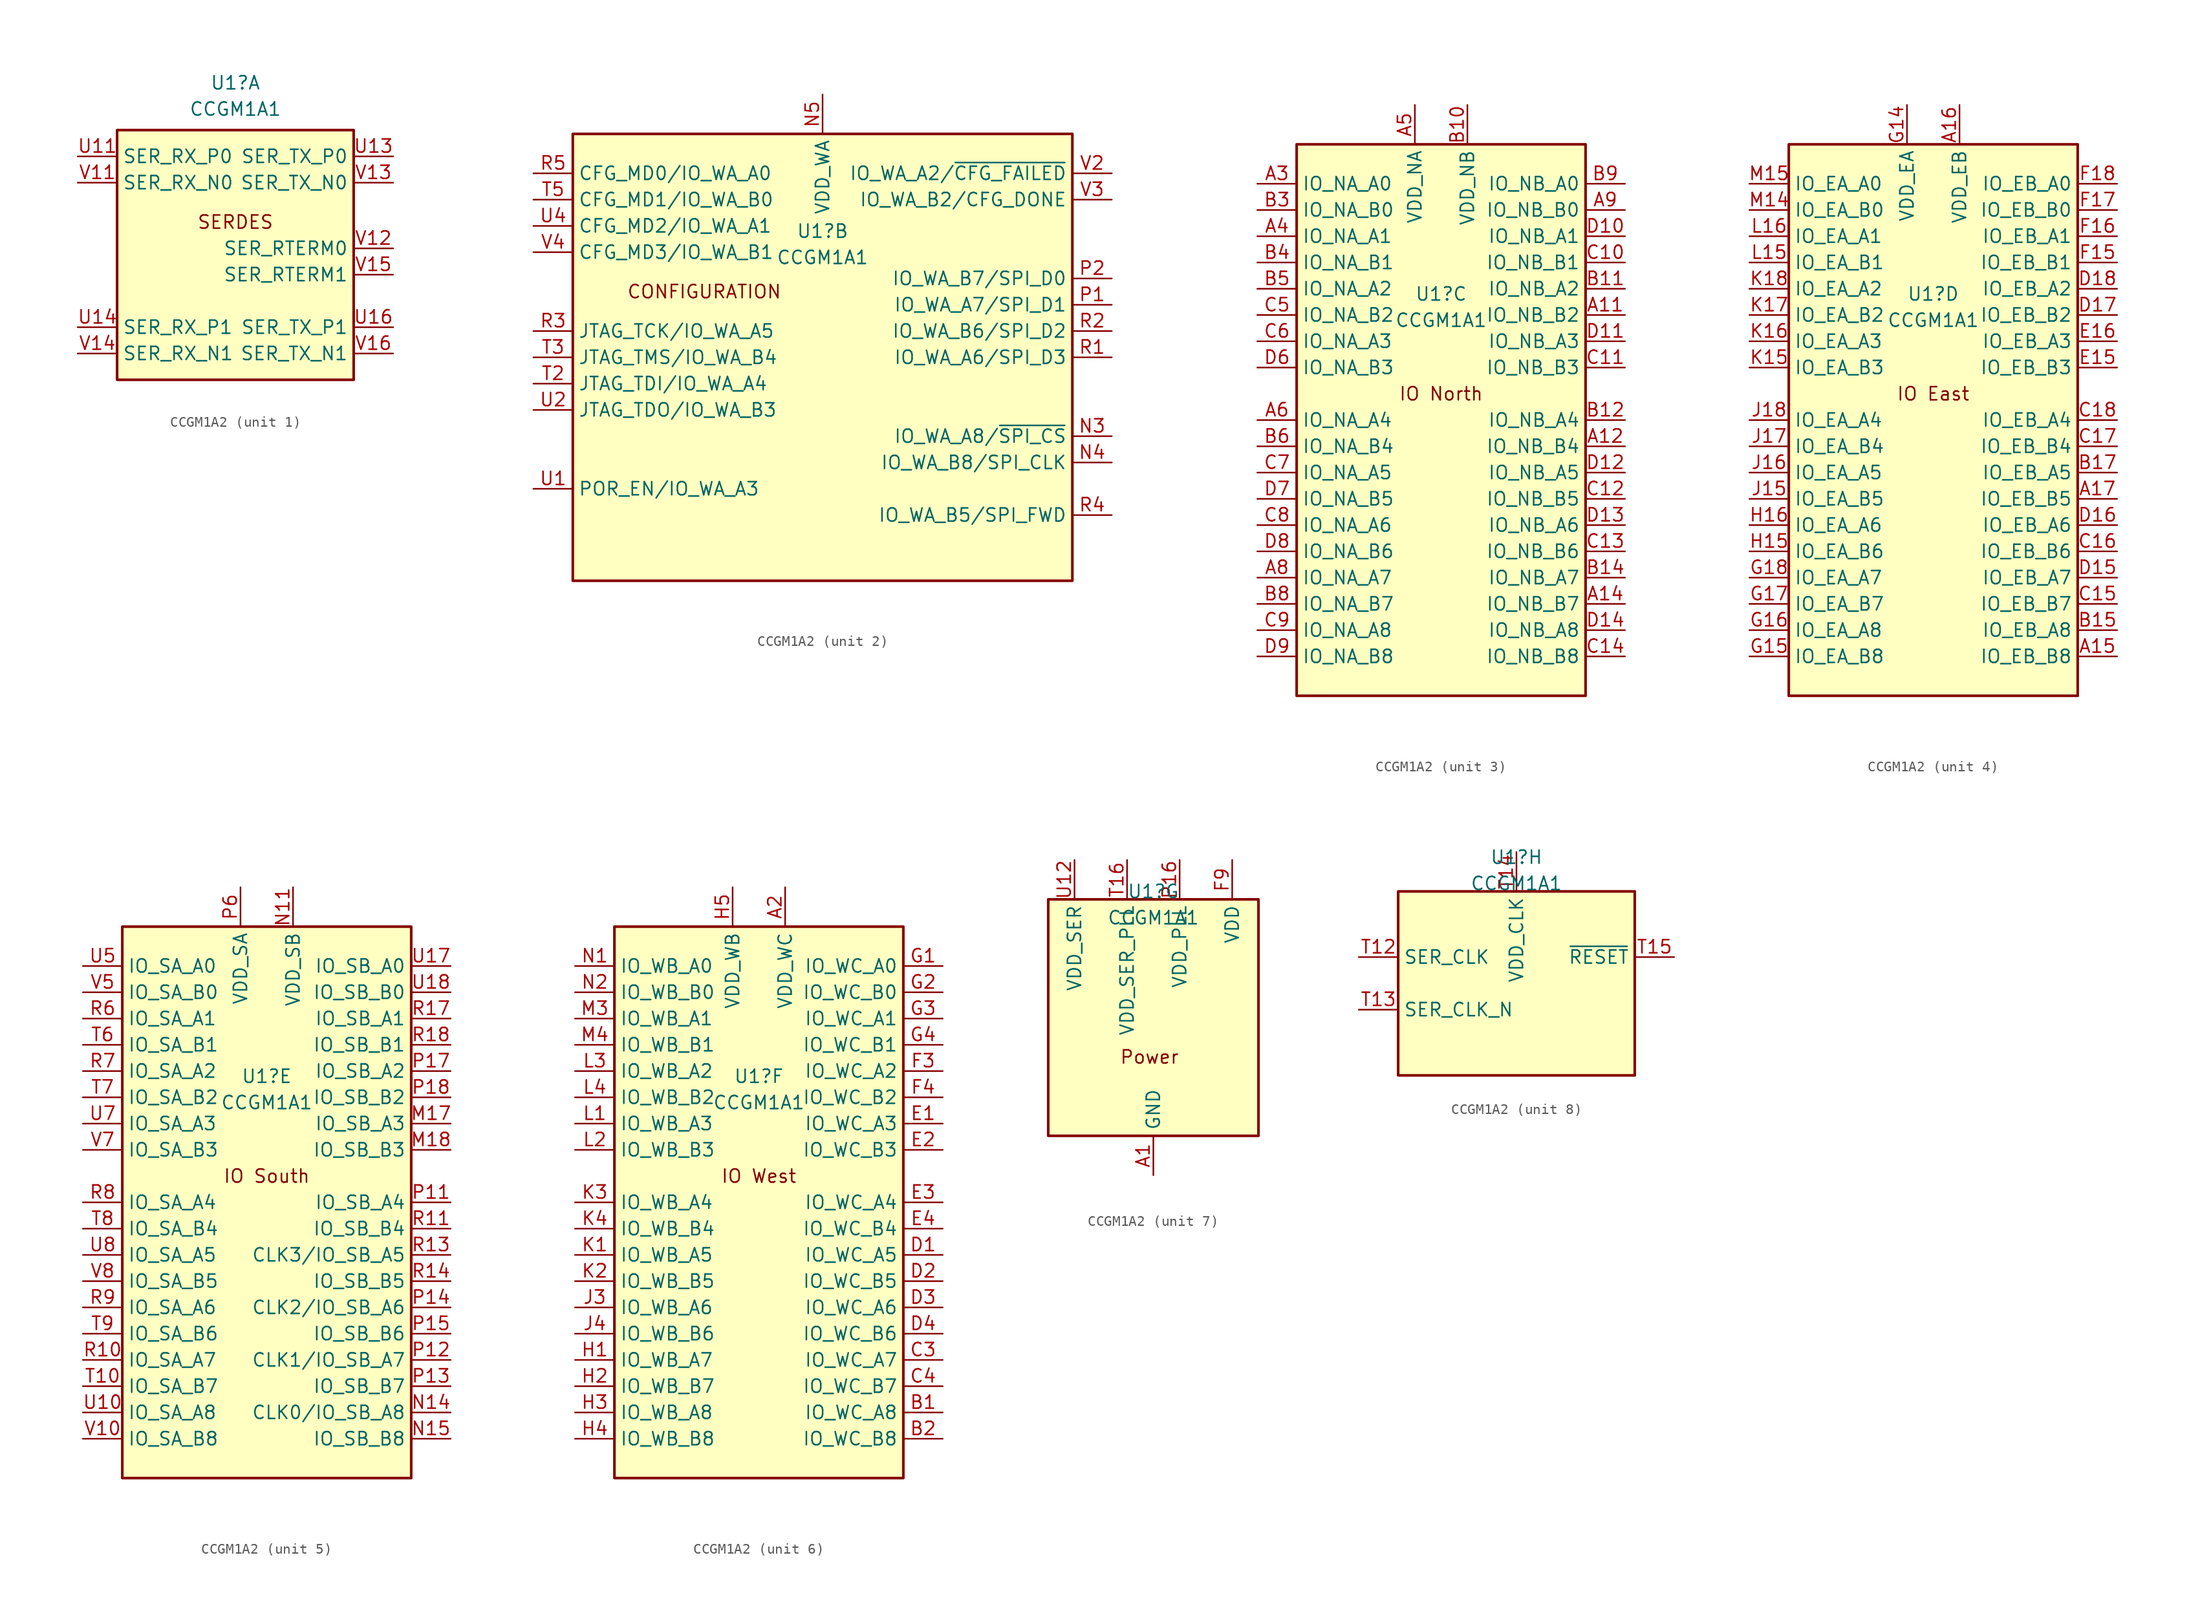
<source format=kicad_sym>
(kicad_symbol_lib
  (version 20241209)
  (generator "kicad_symbol_editor")
  (generator_version "9.0")
  (symbol "CCGM1A2"
    (property "Reference" "U1"
      (at 0 12.192 0)
      (effects (font (size 1.27 1.27))))
    (property "Value" "CCGM1A1"
      (at 0 9.652 0)
      (effects (font (size 1.27 1.27))))
    (property "ki_locked" ""
      (at 0 0 0)
      (effects (font (size 1.27 1.27))))
    (symbol "CCGM1A2_1_1"
      (rectangle (start -11.43 7.62) (end 11.43 -16.51) (stroke (width 0.254) (type default)) (fill (type background)))
      (text "SERDES" (at 0 -1.27 0) (effects (font (size 1.27 1.27))))
      (pin input line (at -15.24 5.08 0) (length 3.81) (name "SER_RX_P0" (effects (font (size 1.27 1.27)))) (number "U11" (effects (font (size 1.27 1.27)))))
      (pin input line (at -15.24 2.54 0) (length 3.81) (name "SER_RX_N0" (effects (font (size 1.27 1.27)))) (number "V11" (effects (font (size 1.27 1.27)))))
      (pin input line (at -15.24 -11.43 0) (length 3.81) (name "SER_RX_P1" (effects (font (size 1.27 1.27)))) (number "U14" (effects (font (size 1.27 1.27)))))
      (pin input line (at -15.24 -13.97 0) (length 3.81) (name "SER_RX_N1" (effects (font (size 1.27 1.27)))) (number "V14" (effects (font (size 1.27 1.27)))))
      (pin output line (at 15.24 5.08 180) (length 3.81) (name "SER_TX_P0" (effects (font (size 1.27 1.27)))) (number "U13" (effects (font (size 1.27 1.27)))))
      (pin output line (at 15.24 2.54 180) (length 3.81) (name "SER_TX_N0" (effects (font (size 1.27 1.27)))) (number "V13" (effects (font (size 1.27 1.27)))))
      (pin passive line (at 15.24 -3.81 180) (length 3.81) (name "SER_RTERM0" (effects (font (size 1.27 1.27)))) (number "V12" (effects (font (size 1.27 1.27)))))
      (pin passive line (at 15.24 -6.35 180) (length 3.81) (name "SER_RTERM1" (effects (font (size 1.27 1.27)))) (number "V15" (effects (font (size 1.27 1.27)))))
      (pin output line (at 15.24 -11.43 180) (length 3.81) (name "SER_TX_P1" (effects (font (size 1.27 1.27)))) (number "U16" (effects (font (size 1.27 1.27)))))
      (pin output line (at 15.24 -13.97 180) (length 3.81) (name "SER_TX_N1" (effects (font (size 1.27 1.27)))) (number "V16" (effects (font (size 1.27 1.27))))))
    (symbol "CCGM1A2_2_1"
      (rectangle (start 24.13 21.59) (end -24.13 -21.59) (stroke (width 0.254) (type default)) (fill (type background)))
      (text "CONFIGURATION" (at -11.43 6.35 0) (effects (font (size 1.27 1.27))))
      (pin bidirectional line (at -27.94 17.78 0) (length 3.81) (name "CFG_MD0/IO_WA_A0" (effects (font (size 1.27 1.27)))) (number "R5" (effects (font (size 1.27 1.27)))))
      (pin bidirectional line (at -27.94 15.24 0) (length 3.81) (name "CFG_MD1/IO_WA_B0" (effects (font (size 1.27 1.27)))) (number "T5" (effects (font (size 1.27 1.27)))))
      (pin bidirectional line (at -27.94 12.7 0) (length 3.81) (name "CFG_MD2/IO_WA_A1" (effects (font (size 1.27 1.27)))) (number "U4" (effects (font (size 1.27 1.27)))))
      (pin bidirectional line (at -27.94 10.16 0) (length 3.81) (name "CFG_MD3/IO_WA_B1" (effects (font (size 1.27 1.27)))) (number "V4" (effects (font (size 1.27 1.27)))))
      (pin bidirectional line (at -27.94 2.54 0) (length 3.81) (name "JTAG_TCK/IO_WA_A5" (effects (font (size 1.27 1.27)))) (number "R3" (effects (font (size 1.27 1.27)))))
      (pin bidirectional line (at -27.94 0 0) (length 3.81) (name "JTAG_TMS/IO_WA_B4" (effects (font (size 1.27 1.27)))) (number "T3" (effects (font (size 1.27 1.27)))))
      (pin bidirectional line (at -27.94 -2.54 0) (length 3.81) (name "JTAG_TDI/IO_WA_A4" (effects (font (size 1.27 1.27)))) (number "T2" (effects (font (size 1.27 1.27)))))
      (pin bidirectional line (at -27.94 -5.08 0) (length 3.81) (name "JTAG_TDO/IO_WA_B3" (effects (font (size 1.27 1.27)))) (number "U2" (effects (font (size 1.27 1.27)))))
      (pin bidirectional line (at -27.94 -12.7 0) (length 3.81) (name "POR_EN/IO_WA_A3" (effects (font (size 1.27 1.27)))) (number "U1" (effects (font (size 1.27 1.27)))))
      (pin power_in line (at 0 25.4 270) (length 3.81) (name "VDD_WA" (effects (font (size 1.27 1.27)))) (number "N5" (effects (font (size 1.27 1.27)))))
      (pin passive line (at 0 25.4 270) (length 3.81) (hide yes) (name "VDD_WA" (effects (font (size 1.27 1.27)))) (number "P3" (effects (font (size 1.27 1.27)))))
      (pin passive line (at 0 25.4 270) (length 3.81) (hide yes) (name "VDD_WA" (effects (font (size 1.27 1.27)))) (number "P5" (effects (font (size 1.27 1.27)))))
      (pin passive line (at 0 25.4 270) (length 3.81) (hide yes) (name "VDD_WA" (effects (font (size 1.27 1.27)))) (number "T1" (effects (font (size 1.27 1.27)))))
      (pin passive line (at 0 25.4 270) (length 3.81) (hide yes) (name "VDD_WA" (effects (font (size 1.27 1.27)))) (number "U3" (effects (font (size 1.27 1.27)))))
      (pin bidirectional line (at 27.94 17.78 180) (length 3.81) (name "IO_WA_A2/~{CFG_FAILED}" (effects (font (size 1.27 1.27)))) (number "V2" (effects (font (size 1.27 1.27)))))
      (pin bidirectional line (at 27.94 15.24 180) (length 3.81) (name "IO_WA_B2/CFG_DONE" (effects (font (size 1.27 1.27)))) (number "V3" (effects (font (size 1.27 1.27)))))
      (pin bidirectional line (at 27.94 7.62 180) (length 3.81) (name "IO_WA_B7/SPI_D0" (effects (font (size 1.27 1.27)))) (number "P2" (effects (font (size 1.27 1.27)))))
      (pin bidirectional line (at 27.94 5.08 180) (length 3.81) (name "IO_WA_A7/SPI_D1" (effects (font (size 1.27 1.27)))) (number "P1" (effects (font (size 1.27 1.27)))))
      (pin bidirectional line (at 27.94 2.54 180) (length 3.81) (name "IO_WA_B6/SPI_D2" (effects (font (size 1.27 1.27)))) (number "R2" (effects (font (size 1.27 1.27)))))
      (pin bidirectional line (at 27.94 0 180) (length 3.81) (name "IO_WA_A6/SPI_D3" (effects (font (size 1.27 1.27)))) (number "R1" (effects (font (size 1.27 1.27)))))
      (pin bidirectional line (at 27.94 -7.62 180) (length 3.81) (name "IO_WA_A8/~{SPI_CS}" (effects (font (size 1.27 1.27)))) (number "N3" (effects (font (size 1.27 1.27)))))
      (pin bidirectional line (at 27.94 -10.16 180) (length 3.81) (name "IO_WA_B8/SPI_CLK" (effects (font (size 1.27 1.27)))) (number "N4" (effects (font (size 1.27 1.27)))))
      (pin bidirectional line (at 27.94 -15.24 180) (length 3.81) (name "IO_WA_B5/SPI_FWD" (effects (font (size 1.27 1.27)))) (number "R4" (effects (font (size 1.27 1.27))))))
    (symbol "CCGM1A2_3_1"
      (rectangle (start -13.97 -26.67) (end 13.97 26.67) (stroke (width 0.254) (type default)) (fill (type background)))
      (text "IO North" (at 0 2.54 0) (effects (font (size 1.27 1.27))))
      (pin bidirectional line (at -17.78 22.86 0) (length 3.81) (name "IO_NA_A0" (effects (font (size 1.27 1.27)))) (number "A3" (effects (font (size 1.27 1.27)))))
      (pin bidirectional line (at -17.78 20.32 0) (length 3.81) (name "IO_NA_B0" (effects (font (size 1.27 1.27)))) (number "B3" (effects (font (size 1.27 1.27)))))
      (pin bidirectional line (at -17.78 17.78 0) (length 3.81) (name "IO_NA_A1" (effects (font (size 1.27 1.27)))) (number "A4" (effects (font (size 1.27 1.27)))))
      (pin bidirectional line (at -17.78 15.24 0) (length 3.81) (name "IO_NA_B1" (effects (font (size 1.27 1.27)))) (number "B4" (effects (font (size 1.27 1.27)))))
      (pin bidirectional line (at -17.78 12.7 0) (length 3.81) (name "IO_NA_A2" (effects (font (size 1.27 1.27)))) (number "B5" (effects (font (size 1.27 1.27)))))
      (pin bidirectional line (at -17.78 10.16 0) (length 3.81) (name "IO_NA_B2" (effects (font (size 1.27 1.27)))) (number "C5" (effects (font (size 1.27 1.27)))))
      (pin bidirectional line (at -17.78 7.62 0) (length 3.81) (name "IO_NA_A3" (effects (font (size 1.27 1.27)))) (number "C6" (effects (font (size 1.27 1.27)))))
      (pin bidirectional line (at -17.78 5.08 0) (length 3.81) (name "IO_NA_B3" (effects (font (size 1.27 1.27)))) (number "D6" (effects (font (size 1.27 1.27)))))
      (pin bidirectional line (at -17.78 0 0) (length 3.81) (name "IO_NA_A4" (effects (font (size 1.27 1.27)))) (number "A6" (effects (font (size 1.27 1.27)))))
      (pin bidirectional line (at -17.78 -2.54 0) (length 3.81) (name "IO_NA_B4" (effects (font (size 1.27 1.27)))) (number "B6" (effects (font (size 1.27 1.27)))))
      (pin bidirectional line (at -17.78 -5.08 0) (length 3.81) (name "IO_NA_A5" (effects (font (size 1.27 1.27)))) (number "C7" (effects (font (size 1.27 1.27)))))
      (pin bidirectional line (at -17.78 -7.62 0) (length 3.81) (name "IO_NA_B5" (effects (font (size 1.27 1.27)))) (number "D7" (effects (font (size 1.27 1.27)))))
      (pin bidirectional line (at -17.78 -10.16 0) (length 3.81) (name "IO_NA_A6" (effects (font (size 1.27 1.27)))) (number "C8" (effects (font (size 1.27 1.27)))))
      (pin bidirectional line (at -17.78 -12.7 0) (length 3.81) (name "IO_NA_B6" (effects (font (size 1.27 1.27)))) (number "D8" (effects (font (size 1.27 1.27)))))
      (pin bidirectional line (at -17.78 -15.24 0) (length 3.81) (name "IO_NA_A7" (effects (font (size 1.27 1.27)))) (number "A8" (effects (font (size 1.27 1.27)))))
      (pin bidirectional line (at -17.78 -17.78 0) (length 3.81) (name "IO_NA_B7" (effects (font (size 1.27 1.27)))) (number "B8" (effects (font (size 1.27 1.27)))))
      (pin bidirectional line (at -17.78 -20.32 0) (length 3.81) (name "IO_NA_A8" (effects (font (size 1.27 1.27)))) (number "C9" (effects (font (size 1.27 1.27)))))
      (pin bidirectional line (at -17.78 -22.86 0) (length 3.81) (name "IO_NA_B8" (effects (font (size 1.27 1.27)))) (number "D9" (effects (font (size 1.27 1.27)))))
      (pin power_in line (at -2.54 30.48 270) (length 3.81) (name "VDD_NA" (effects (font (size 1.27 1.27)))) (number "A5" (effects (font (size 1.27 1.27)))))
      (pin passive line (at -2.54 30.48 270) (length 3.81) (hide yes) (name "VDD_NA" (effects (font (size 1.27 1.27)))) (number "B7" (effects (font (size 1.27 1.27)))))
      (pin passive line (at -2.54 30.48 270) (length 3.81) (hide yes) (name "VDD_NA" (effects (font (size 1.27 1.27)))) (number "E6" (effects (font (size 1.27 1.27)))))
      (pin passive line (at -2.54 30.48 270) (length 3.81) (hide yes) (name "VDD_NA" (effects (font (size 1.27 1.27)))) (number "E8" (effects (font (size 1.27 1.27)))))
      (pin passive line (at -2.54 30.48 270) (length 3.81) (hide yes) (name "VDD_NA" (effects (font (size 1.27 1.27)))) (number "F7" (effects (font (size 1.27 1.27)))))
      (pin power_in line (at 2.54 30.48 270) (length 3.81) (name "VDD_NB" (effects (font (size 1.27 1.27)))) (number "B10" (effects (font (size 1.27 1.27)))))
      (pin passive line (at 2.54 30.48 270) (length 3.81) (hide yes) (name "VDD_NB" (effects (font (size 1.27 1.27)))) (number "B13" (effects (font (size 1.27 1.27)))))
      (pin passive line (at 2.54 30.48 270) (length 3.81) (hide yes) (name "VDD_NB" (effects (font (size 1.27 1.27)))) (number "E10" (effects (font (size 1.27 1.27)))))
      (pin passive line (at 2.54 30.48 270) (length 3.81) (hide yes) (name "VDD_NB" (effects (font (size 1.27 1.27)))) (number "E12" (effects (font (size 1.27 1.27)))))
      (pin passive line (at 2.54 30.48 270) (length 3.81) (hide yes) (name "VDD_NB" (effects (font (size 1.27 1.27)))) (number "F11" (effects (font (size 1.27 1.27)))))
      (pin bidirectional line (at 17.78 22.86 180) (length 3.81) (name "IO_NB_A0" (effects (font (size 1.27 1.27)))) (number "B9" (effects (font (size 1.27 1.27)))))
      (pin bidirectional line (at 17.78 20.32 180) (length 3.81) (name "IO_NB_B0" (effects (font (size 1.27 1.27)))) (number "A9" (effects (font (size 1.27 1.27)))))
      (pin bidirectional line (at 17.78 17.78 180) (length 3.81) (name "IO_NB_A1" (effects (font (size 1.27 1.27)))) (number "D10" (effects (font (size 1.27 1.27)))))
      (pin bidirectional line (at 17.78 15.24 180) (length 3.81) (name "IO_NB_B1" (effects (font (size 1.27 1.27)))) (number "C10" (effects (font (size 1.27 1.27)))))
      (pin bidirectional line (at 17.78 12.7 180) (length 3.81) (name "IO_NB_A2" (effects (font (size 1.27 1.27)))) (number "B11" (effects (font (size 1.27 1.27)))))
      (pin bidirectional line (at 17.78 10.16 180) (length 3.81) (name "IO_NB_B2" (effects (font (size 1.27 1.27)))) (number "A11" (effects (font (size 1.27 1.27)))))
      (pin bidirectional line (at 17.78 7.62 180) (length 3.81) (name "IO_NB_A3" (effects (font (size 1.27 1.27)))) (number "D11" (effects (font (size 1.27 1.27)))))
      (pin bidirectional line (at 17.78 5.08 180) (length 3.81) (name "IO_NB_B3" (effects (font (size 1.27 1.27)))) (number "C11" (effects (font (size 1.27 1.27)))))
      (pin bidirectional line (at 17.78 0 180) (length 3.81) (name "IO_NB_A4" (effects (font (size 1.27 1.27)))) (number "B12" (effects (font (size 1.27 1.27)))))
      (pin bidirectional line (at 17.78 -2.54 180) (length 3.81) (name "IO_NB_B4" (effects (font (size 1.27 1.27)))) (number "A12" (effects (font (size 1.27 1.27)))))
      (pin bidirectional line (at 17.78 -5.08 180) (length 3.81) (name "IO_NB_A5" (effects (font (size 1.27 1.27)))) (number "D12" (effects (font (size 1.27 1.27)))))
      (pin bidirectional line (at 17.78 -7.62 180) (length 3.81) (name "IO_NB_B5" (effects (font (size 1.27 1.27)))) (number "C12" (effects (font (size 1.27 1.27)))))
      (pin bidirectional line (at 17.78 -10.16 180) (length 3.81) (name "IO_NB_A6" (effects (font (size 1.27 1.27)))) (number "D13" (effects (font (size 1.27 1.27)))))
      (pin bidirectional line (at 17.78 -12.7 180) (length 3.81) (name "IO_NB_B6" (effects (font (size 1.27 1.27)))) (number "C13" (effects (font (size 1.27 1.27)))))
      (pin bidirectional line (at 17.78 -15.24 180) (length 3.81) (name "IO_NB_A7" (effects (font (size 1.27 1.27)))) (number "B14" (effects (font (size 1.27 1.27)))))
      (pin bidirectional line (at 17.78 -17.78 180) (length 3.81) (name "IO_NB_B7" (effects (font (size 1.27 1.27)))) (number "A14" (effects (font (size 1.27 1.27)))))
      (pin bidirectional line (at 17.78 -20.32 180) (length 3.81) (name "IO_NB_A8" (effects (font (size 1.27 1.27)))) (number "D14" (effects (font (size 1.27 1.27)))))
      (pin bidirectional line (at 17.78 -22.86 180) (length 3.81) (name "IO_NB_B8" (effects (font (size 1.27 1.27)))) (number "C14" (effects (font (size 1.27 1.27))))))
    (symbol "CCGM1A2_4_1"
      (rectangle (start -13.97 -26.67) (end 13.97 26.67) (stroke (width 0.254) (type default)) (fill (type background)))
      (text "IO East" (at 0 2.54 0) (effects (font (size 1.27 1.27))))
      (pin bidirectional line (at -17.78 22.86 0) (length 3.81) (name "IO_EA_A0" (effects (font (size 1.27 1.27)))) (number "M15" (effects (font (size 1.27 1.27)))))
      (pin bidirectional line (at -17.78 20.32 0) (length 3.81) (name "IO_EA_B0" (effects (font (size 1.27 1.27)))) (number "M14" (effects (font (size 1.27 1.27)))))
      (pin bidirectional line (at -17.78 17.78 0) (length 3.81) (name "IO_EA_A1" (effects (font (size 1.27 1.27)))) (number "L16" (effects (font (size 1.27 1.27)))))
      (pin bidirectional line (at -17.78 15.24 0) (length 3.81) (name "IO_EA_B1" (effects (font (size 1.27 1.27)))) (number "L15" (effects (font (size 1.27 1.27)))))
      (pin bidirectional line (at -17.78 12.7 0) (length 3.81) (name "IO_EA_A2" (effects (font (size 1.27 1.27)))) (number "K18" (effects (font (size 1.27 1.27)))))
      (pin bidirectional line (at -17.78 10.16 0) (length 3.81) (name "IO_EA_B2" (effects (font (size 1.27 1.27)))) (number "K17" (effects (font (size 1.27 1.27)))))
      (pin bidirectional line (at -17.78 7.62 0) (length 3.81) (name "IO_EA_A3" (effects (font (size 1.27 1.27)))) (number "K16" (effects (font (size 1.27 1.27)))))
      (pin bidirectional line (at -17.78 5.08 0) (length 3.81) (name "IO_EA_B3" (effects (font (size 1.27 1.27)))) (number "K15" (effects (font (size 1.27 1.27)))))
      (pin bidirectional line (at -17.78 0 0) (length 3.81) (name "IO_EA_A4" (effects (font (size 1.27 1.27)))) (number "J18" (effects (font (size 1.27 1.27)))))
      (pin bidirectional line (at -17.78 -2.54 0) (length 3.81) (name "IO_EA_B4" (effects (font (size 1.27 1.27)))) (number "J17" (effects (font (size 1.27 1.27)))))
      (pin bidirectional line (at -17.78 -5.08 0) (length 3.81) (name "IO_EA_A5" (effects (font (size 1.27 1.27)))) (number "J16" (effects (font (size 1.27 1.27)))))
      (pin bidirectional line (at -17.78 -7.62 0) (length 3.81) (name "IO_EA_B5" (effects (font (size 1.27 1.27)))) (number "J15" (effects (font (size 1.27 1.27)))))
      (pin bidirectional line (at -17.78 -10.16 0) (length 3.81) (name "IO_EA_A6" (effects (font (size 1.27 1.27)))) (number "H16" (effects (font (size 1.27 1.27)))))
      (pin bidirectional line (at -17.78 -12.7 0) (length 3.81) (name "IO_EA_B6" (effects (font (size 1.27 1.27)))) (number "H15" (effects (font (size 1.27 1.27)))))
      (pin bidirectional line (at -17.78 -15.24 0) (length 3.81) (name "IO_EA_A7" (effects (font (size 1.27 1.27)))) (number "G18" (effects (font (size 1.27 1.27)))))
      (pin bidirectional line (at -17.78 -17.78 0) (length 3.81) (name "IO_EA_B7" (effects (font (size 1.27 1.27)))) (number "G17" (effects (font (size 1.27 1.27)))))
      (pin bidirectional line (at -17.78 -20.32 0) (length 3.81) (name "IO_EA_A8" (effects (font (size 1.27 1.27)))) (number "G16" (effects (font (size 1.27 1.27)))))
      (pin bidirectional line (at -17.78 -22.86 0) (length 3.81) (name "IO_EA_B8" (effects (font (size 1.27 1.27)))) (number "G15" (effects (font (size 1.27 1.27)))))
      (pin power_in line (at -2.54 30.48 270) (length 3.81) (name "VDD_EA" (effects (font (size 1.27 1.27)))) (number "G14" (effects (font (size 1.27 1.27)))))
      (pin passive line (at -2.54 30.48 270) (length 3.81) (hide yes) (name "VDD_EA" (effects (font (size 1.27 1.27)))) (number "H17" (effects (font (size 1.27 1.27)))))
      (pin passive line (at -2.54 30.48 270) (length 3.81) (hide yes) (name "VDD_EA" (effects (font (size 1.27 1.27)))) (number "J14" (effects (font (size 1.27 1.27)))))
      (pin passive line (at -2.54 30.48 270) (length 3.81) (hide yes) (name "VDD_EA" (effects (font (size 1.27 1.27)))) (number "L14" (effects (font (size 1.27 1.27)))))
      (pin passive line (at -2.54 30.48 270) (length 3.81) (hide yes) (name "VDD_EA" (effects (font (size 1.27 1.27)))) (number "L17" (effects (font (size 1.27 1.27)))))
      (pin power_in line (at 2.54 30.48 270) (length 3.81) (name "VDD_EB" (effects (font (size 1.27 1.27)))) (number "A16" (effects (font (size 1.27 1.27)))))
      (pin passive line (at 2.54 30.48 270) (length 3.81) (hide yes) (name "VDD_EB" (effects (font (size 1.27 1.27)))) (number "B18" (effects (font (size 1.27 1.27)))))
      (pin passive line (at 2.54 30.48 270) (length 3.81) (hide yes) (name "VDD_EB" (effects (font (size 1.27 1.27)))) (number "E14" (effects (font (size 1.27 1.27)))))
      (pin passive line (at 2.54 30.48 270) (length 3.81) (hide yes) (name "VDD_EB" (effects (font (size 1.27 1.27)))) (number "E17" (effects (font (size 1.27 1.27)))))
      (pin passive line (at 2.54 30.48 270) (length 3.81) (hide yes) (name "VDD_EB" (effects (font (size 1.27 1.27)))) (number "F13" (effects (font (size 1.27 1.27)))))
      (pin bidirectional line (at 17.78 22.86 180) (length 3.81) (name "IO_EB_A0" (effects (font (size 1.27 1.27)))) (number "F18" (effects (font (size 1.27 1.27)))))
      (pin bidirectional line (at 17.78 20.32 180) (length 3.81) (name "IO_EB_B0" (effects (font (size 1.27 1.27)))) (number "F17" (effects (font (size 1.27 1.27)))))
      (pin bidirectional line (at 17.78 17.78 180) (length 3.81) (name "IO_EB_A1" (effects (font (size 1.27 1.27)))) (number "F16" (effects (font (size 1.27 1.27)))))
      (pin bidirectional line (at 17.78 15.24 180) (length 3.81) (name "IO_EB_B1" (effects (font (size 1.27 1.27)))) (number "F15" (effects (font (size 1.27 1.27)))))
      (pin bidirectional line (at 17.78 12.7 180) (length 3.81) (name "IO_EB_A2" (effects (font (size 1.27 1.27)))) (number "D18" (effects (font (size 1.27 1.27)))))
      (pin bidirectional line (at 17.78 10.16 180) (length 3.81) (name "IO_EB_B2" (effects (font (size 1.27 1.27)))) (number "D17" (effects (font (size 1.27 1.27)))))
      (pin bidirectional line (at 17.78 7.62 180) (length 3.81) (name "IO_EB_A3" (effects (font (size 1.27 1.27)))) (number "E16" (effects (font (size 1.27 1.27)))))
      (pin bidirectional line (at 17.78 5.08 180) (length 3.81) (name "IO_EB_B3" (effects (font (size 1.27 1.27)))) (number "E15" (effects (font (size 1.27 1.27)))))
      (pin bidirectional line (at 17.78 0 180) (length 3.81) (name "IO_EB_A4" (effects (font (size 1.27 1.27)))) (number "C18" (effects (font (size 1.27 1.27)))))
      (pin bidirectional line (at 17.78 -2.54 180) (length 3.81) (name "IO_EB_B4" (effects (font (size 1.27 1.27)))) (number "C17" (effects (font (size 1.27 1.27)))))
      (pin bidirectional line (at 17.78 -5.08 180) (length 3.81) (name "IO_EB_A5" (effects (font (size 1.27 1.27)))) (number "B17" (effects (font (size 1.27 1.27)))))
      (pin bidirectional line (at 17.78 -7.62 180) (length 3.81) (name "IO_EB_B5" (effects (font (size 1.27 1.27)))) (number "A17" (effects (font (size 1.27 1.27)))))
      (pin bidirectional line (at 17.78 -10.16 180) (length 3.81) (name "IO_EB_A6" (effects (font (size 1.27 1.27)))) (number "D16" (effects (font (size 1.27 1.27)))))
      (pin bidirectional line (at 17.78 -12.7 180) (length 3.81) (name "IO_EB_B6" (effects (font (size 1.27 1.27)))) (number "C16" (effects (font (size 1.27 1.27)))))
      (pin bidirectional line (at 17.78 -15.24 180) (length 3.81) (name "IO_EB_A7" (effects (font (size 1.27 1.27)))) (number "D15" (effects (font (size 1.27 1.27)))))
      (pin bidirectional line (at 17.78 -17.78 180) (length 3.81) (name "IO_EB_B7" (effects (font (size 1.27 1.27)))) (number "C15" (effects (font (size 1.27 1.27)))))
      (pin bidirectional line (at 17.78 -20.32 180) (length 3.81) (name "IO_EB_A8" (effects (font (size 1.27 1.27)))) (number "B15" (effects (font (size 1.27 1.27)))))
      (pin bidirectional line (at 17.78 -22.86 180) (length 3.81) (name "IO_EB_B8" (effects (font (size 1.27 1.27)))) (number "A15" (effects (font (size 1.27 1.27))))))
    (symbol "CCGM1A2_5_1"
      (rectangle (start -13.97 -26.67) (end 13.97 26.67) (stroke (width 0.254) (type default)) (fill (type background)))
      (text "IO South" (at 0 2.54 0) (effects (font (size 1.27 1.27))))
      (pin bidirectional line (at -17.78 22.86 0) (length 3.81) (name "IO_SA_A0" (effects (font (size 1.27 1.27)))) (number "U5" (effects (font (size 1.27 1.27)))))
      (pin bidirectional line (at -17.78 20.32 0) (length 3.81) (name "IO_SA_B0" (effects (font (size 1.27 1.27)))) (number "V5" (effects (font (size 1.27 1.27)))))
      (pin bidirectional line (at -17.78 17.78 0) (length 3.81) (name "IO_SA_A1" (effects (font (size 1.27 1.27)))) (number "R6" (effects (font (size 1.27 1.27)))))
      (pin bidirectional line (at -17.78 15.24 0) (length 3.81) (name "IO_SA_B1" (effects (font (size 1.27 1.27)))) (number "T6" (effects (font (size 1.27 1.27)))))
      (pin bidirectional line (at -17.78 12.7 0) (length 3.81) (name "IO_SA_A2" (effects (font (size 1.27 1.27)))) (number "R7" (effects (font (size 1.27 1.27)))))
      (pin bidirectional line (at -17.78 10.16 0) (length 3.81) (name "IO_SA_B2" (effects (font (size 1.27 1.27)))) (number "T7" (effects (font (size 1.27 1.27)))))
      (pin bidirectional line (at -17.78 7.62 0) (length 3.81) (name "IO_SA_A3" (effects (font (size 1.27 1.27)))) (number "U7" (effects (font (size 1.27 1.27)))))
      (pin bidirectional line (at -17.78 5.08 0) (length 3.81) (name "IO_SA_B3" (effects (font (size 1.27 1.27)))) (number "V7" (effects (font (size 1.27 1.27)))))
      (pin bidirectional line (at -17.78 0 0) (length 3.81) (name "IO_SA_A4" (effects (font (size 1.27 1.27)))) (number "R8" (effects (font (size 1.27 1.27)))))
      (pin bidirectional line (at -17.78 -2.54 0) (length 3.81) (name "IO_SA_B4" (effects (font (size 1.27 1.27)))) (number "T8" (effects (font (size 1.27 1.27)))))
      (pin bidirectional line (at -17.78 -5.08 0) (length 3.81) (name "IO_SA_A5" (effects (font (size 1.27 1.27)))) (number "U8" (effects (font (size 1.27 1.27)))))
      (pin bidirectional line (at -17.78 -7.62 0) (length 3.81) (name "IO_SA_B5" (effects (font (size 1.27 1.27)))) (number "V8" (effects (font (size 1.27 1.27)))))
      (pin bidirectional line (at -17.78 -10.16 0) (length 3.81) (name "IO_SA_A6" (effects (font (size 1.27 1.27)))) (number "R9" (effects (font (size 1.27 1.27)))))
      (pin bidirectional line (at -17.78 -12.7 0) (length 3.81) (name "IO_SA_B6" (effects (font (size 1.27 1.27)))) (number "T9" (effects (font (size 1.27 1.27)))))
      (pin bidirectional line (at -17.78 -15.24 0) (length 3.81) (name "IO_SA_A7" (effects (font (size 1.27 1.27)))) (number "R10" (effects (font (size 1.27 1.27)))))
      (pin bidirectional line (at -17.78 -17.78 0) (length 3.81) (name "IO_SA_B7" (effects (font (size 1.27 1.27)))) (number "T10" (effects (font (size 1.27 1.27)))))
      (pin bidirectional line (at -17.78 -20.32 0) (length 3.81) (name "IO_SA_A8" (effects (font (size 1.27 1.27)))) (number "U10" (effects (font (size 1.27 1.27)))))
      (pin bidirectional line (at -17.78 -22.86 0) (length 3.81) (name "IO_SA_B8" (effects (font (size 1.27 1.27)))) (number "V10" (effects (font (size 1.27 1.27)))))
      (pin passive line (at -2.54 30.48 270) (length 3.81) (hide yes) (name "VDD_SA" (effects (font (size 1.27 1.27)))) (number "P10" (effects (font (size 1.27 1.27)))))
      (pin power_in line (at -2.54 30.48 270) (length 3.81) (name "VDD_SA" (effects (font (size 1.27 1.27)))) (number "P6" (effects (font (size 1.27 1.27)))))
      (pin passive line (at -2.54 30.48 270) (length 3.81) (hide yes) (name "VDD_SA" (effects (font (size 1.27 1.27)))) (number "P8" (effects (font (size 1.27 1.27)))))
      (pin passive line (at -2.54 30.48 270) (length 3.81) (hide yes) (name "VDD_SA" (effects (font (size 1.27 1.27)))) (number "U6" (effects (font (size 1.27 1.27)))))
      (pin passive line (at -2.54 30.48 270) (length 3.81) (hide yes) (name "VDD_SA" (effects (font (size 1.27 1.27)))) (number "U9" (effects (font (size 1.27 1.27)))))
      (pin power_in line (at 2.54 30.48 270) (length 3.81) (name "VDD_SB" (effects (font (size 1.27 1.27)))) (number "N11" (effects (font (size 1.27 1.27)))))
      (pin passive line (at 2.54 30.48 270) (length 3.81) (hide yes) (name "VDD_SB" (effects (font (size 1.27 1.27)))) (number "N13" (effects (font (size 1.27 1.27)))))
      (pin passive line (at 2.54 30.48 270) (length 3.81) (hide yes) (name "VDD_SB" (effects (font (size 1.27 1.27)))) (number "N18" (effects (font (size 1.27 1.27)))))
      (pin passive line (at 2.54 30.48 270) (length 3.81) (hide yes) (name "VDD_SB" (effects (font (size 1.27 1.27)))) (number "R15" (effects (font (size 1.27 1.27)))))
      (pin passive line (at 2.54 30.48 270) (length 3.81) (hide yes) (name "VDD_SB" (effects (font (size 1.27 1.27)))) (number "T18" (effects (font (size 1.27 1.27)))))
      (pin bidirectional line (at 17.78 22.86 180) (length 3.81) (name "IO_SB_A0" (effects (font (size 1.27 1.27)))) (number "U17" (effects (font (size 1.27 1.27)))))
      (pin bidirectional line (at 17.78 20.32 180) (length 3.81) (name "IO_SB_B0" (effects (font (size 1.27 1.27)))) (number "U18" (effects (font (size 1.27 1.27)))))
      (pin bidirectional line (at 17.78 17.78 180) (length 3.81) (name "IO_SB_A1" (effects (font (size 1.27 1.27)))) (number "R17" (effects (font (size 1.27 1.27)))))
      (pin bidirectional line (at 17.78 15.24 180) (length 3.81) (name "IO_SB_B1" (effects (font (size 1.27 1.27)))) (number "R18" (effects (font (size 1.27 1.27)))))
      (pin bidirectional line (at 17.78 12.7 180) (length 3.81) (name "IO_SB_A2" (effects (font (size 1.27 1.27)))) (number "P17" (effects (font (size 1.27 1.27)))))
      (pin bidirectional line (at 17.78 10.16 180) (length 3.81) (name "IO_SB_B2" (effects (font (size 1.27 1.27)))) (number "P18" (effects (font (size 1.27 1.27)))))
      (pin bidirectional line (at 17.78 7.62 180) (length 3.81) (name "IO_SB_A3" (effects (font (size 1.27 1.27)))) (number "M17" (effects (font (size 1.27 1.27)))))
      (pin bidirectional line (at 17.78 5.08 180) (length 3.81) (name "IO_SB_B3" (effects (font (size 1.27 1.27)))) (number "M18" (effects (font (size 1.27 1.27)))))
      (pin bidirectional line (at 17.78 0 180) (length 3.81) (name "IO_SB_A4" (effects (font (size 1.27 1.27)))) (number "P11" (effects (font (size 1.27 1.27)))))
      (pin bidirectional line (at 17.78 -2.54 180) (length 3.81) (name "IO_SB_B4" (effects (font (size 1.27 1.27)))) (number "R11" (effects (font (size 1.27 1.27)))))
      (pin bidirectional line (at 17.78 -5.08 180) (length 3.81) (name "CLK3/IO_SB_A5" (effects (font (size 1.27 1.27)))) (number "R13" (effects (font (size 1.27 1.27)))))
      (pin bidirectional line (at 17.78 -7.62 180) (length 3.81) (name "IO_SB_B5" (effects (font (size 1.27 1.27)))) (number "R14" (effects (font (size 1.27 1.27)))))
      (pin bidirectional line (at 17.78 -10.16 180) (length 3.81) (name "CLK2/IO_SB_A6" (effects (font (size 1.27 1.27)))) (number "P14" (effects (font (size 1.27 1.27)))))
      (pin bidirectional line (at 17.78 -12.7 180) (length 3.81) (name "IO_SB_B6" (effects (font (size 1.27 1.27)))) (number "P15" (effects (font (size 1.27 1.27)))))
      (pin bidirectional line (at 17.78 -15.24 180) (length 3.81) (name "CLK1/IO_SB_A7" (effects (font (size 1.27 1.27)))) (number "P12" (effects (font (size 1.27 1.27)))))
      (pin bidirectional line (at 17.78 -17.78 180) (length 3.81) (name "IO_SB_B7" (effects (font (size 1.27 1.27)))) (number "P13" (effects (font (size 1.27 1.27)))))
      (pin bidirectional line (at 17.78 -20.32 180) (length 3.81) (name "CLK0/IO_SB_A8" (effects (font (size 1.27 1.27)))) (number "N14" (effects (font (size 1.27 1.27)))))
      (pin bidirectional line (at 17.78 -22.86 180) (length 3.81) (name "IO_SB_B8" (effects (font (size 1.27 1.27)))) (number "N15" (effects (font (size 1.27 1.27))))))
    (symbol "CCGM1A2_6_1"
      (rectangle (start -13.97 -26.67) (end 13.97 26.67) (stroke (width 0.254) (type default)) (fill (type background)))
      (text "IO West" (at 0 2.54 0) (effects (font (size 1.27 1.27))))
      (pin bidirectional line (at -17.78 22.86 0) (length 3.81) (name "IO_WB_A0" (effects (font (size 1.27 1.27)))) (number "N1" (effects (font (size 1.27 1.27)))))
      (pin bidirectional line (at -17.78 20.32 0) (length 3.81) (name "IO_WB_B0" (effects (font (size 1.27 1.27)))) (number "N2" (effects (font (size 1.27 1.27)))))
      (pin bidirectional line (at -17.78 17.78 0) (length 3.81) (name "IO_WB_A1" (effects (font (size 1.27 1.27)))) (number "M3" (effects (font (size 1.27 1.27)))))
      (pin bidirectional line (at -17.78 15.24 0) (length 3.81) (name "IO_WB_B1" (effects (font (size 1.27 1.27)))) (number "M4" (effects (font (size 1.27 1.27)))))
      (pin bidirectional line (at -17.78 12.7 0) (length 3.81) (name "IO_WB_A2" (effects (font (size 1.27 1.27)))) (number "L3" (effects (font (size 1.27 1.27)))))
      (pin bidirectional line (at -17.78 10.16 0) (length 3.81) (name "IO_WB_B2" (effects (font (size 1.27 1.27)))) (number "L4" (effects (font (size 1.27 1.27)))))
      (pin bidirectional line (at -17.78 7.62 0) (length 3.81) (name "IO_WB_A3" (effects (font (size 1.27 1.27)))) (number "L1" (effects (font (size 1.27 1.27)))))
      (pin bidirectional line (at -17.78 5.08 0) (length 3.81) (name "IO_WB_B3" (effects (font (size 1.27 1.27)))) (number "L2" (effects (font (size 1.27 1.27)))))
      (pin bidirectional line (at -17.78 0 0) (length 3.81) (name "IO_WB_A4" (effects (font (size 1.27 1.27)))) (number "K3" (effects (font (size 1.27 1.27)))))
      (pin bidirectional line (at -17.78 -2.54 0) (length 3.81) (name "IO_WB_B4" (effects (font (size 1.27 1.27)))) (number "K4" (effects (font (size 1.27 1.27)))))
      (pin bidirectional line (at -17.78 -5.08 0) (length 3.81) (name "IO_WB_A5" (effects (font (size 1.27 1.27)))) (number "K1" (effects (font (size 1.27 1.27)))))
      (pin bidirectional line (at -17.78 -7.62 0) (length 3.81) (name "IO_WB_B5" (effects (font (size 1.27 1.27)))) (number "K2" (effects (font (size 1.27 1.27)))))
      (pin bidirectional line (at -17.78 -10.16 0) (length 3.81) (name "IO_WB_A6" (effects (font (size 1.27 1.27)))) (number "J3" (effects (font (size 1.27 1.27)))))
      (pin bidirectional line (at -17.78 -12.7 0) (length 3.81) (name "IO_WB_B6" (effects (font (size 1.27 1.27)))) (number "J4" (effects (font (size 1.27 1.27)))))
      (pin bidirectional line (at -17.78 -15.24 0) (length 3.81) (name "IO_WB_A7" (effects (font (size 1.27 1.27)))) (number "H1" (effects (font (size 1.27 1.27)))))
      (pin bidirectional line (at -17.78 -17.78 0) (length 3.81) (name "IO_WB_B7" (effects (font (size 1.27 1.27)))) (number "H2" (effects (font (size 1.27 1.27)))))
      (pin bidirectional line (at -17.78 -20.32 0) (length 3.81) (name "IO_WB_A8" (effects (font (size 1.27 1.27)))) (number "H3" (effects (font (size 1.27 1.27)))))
      (pin bidirectional line (at -17.78 -22.86 0) (length 3.81) (name "IO_WB_B8" (effects (font (size 1.27 1.27)))) (number "H4" (effects (font (size 1.27 1.27)))))
      (pin power_in line (at -2.54 30.48 270) (length 3.81) (name "VDD_WB" (effects (font (size 1.27 1.27)))) (number "H5" (effects (font (size 1.27 1.27)))))
      (pin passive line (at -2.54 30.48 270) (length 3.81) (hide yes) (name "VDD_WB" (effects (font (size 1.27 1.27)))) (number "J2" (effects (font (size 1.27 1.27)))))
      (pin passive line (at -2.54 30.48 270) (length 3.81) (hide yes) (name "VDD_WB" (effects (font (size 1.27 1.27)))) (number "K5" (effects (font (size 1.27 1.27)))))
      (pin passive line (at -2.54 30.48 270) (length 3.81) (hide yes) (name "VDD_WB" (effects (font (size 1.27 1.27)))) (number "M2" (effects (font (size 1.27 1.27)))))
      (pin passive line (at -2.54 30.48 270) (length 3.81) (hide yes) (name "VDD_WB" (effects (font (size 1.27 1.27)))) (number "M5" (effects (font (size 1.27 1.27)))))
      (pin power_in line (at 2.54 30.48 270) (length 3.81) (name "VDD_WC" (effects (font (size 1.27 1.27)))) (number "A2" (effects (font (size 1.27 1.27)))))
      (pin passive line (at 2.54 30.48 270) (length 3.81) (hide yes) (name "VDD_WC" (effects (font (size 1.27 1.27)))) (number "C2" (effects (font (size 1.27 1.27)))))
      (pin passive line (at 2.54 30.48 270) (length 3.81) (hide yes) (name "VDD_WC" (effects (font (size 1.27 1.27)))) (number "D5" (effects (font (size 1.27 1.27)))))
      (pin passive line (at 2.54 30.48 270) (length 3.81) (hide yes) (name "VDD_WC" (effects (font (size 1.27 1.27)))) (number "F2" (effects (font (size 1.27 1.27)))))
      (pin passive line (at 2.54 30.48 270) (length 3.81) (hide yes) (name "VDD_WC" (effects (font (size 1.27 1.27)))) (number "F5" (effects (font (size 1.27 1.27)))))
      (pin bidirectional line (at 17.78 22.86 180) (length 3.81) (name "IO_WC_A0" (effects (font (size 1.27 1.27)))) (number "G1" (effects (font (size 1.27 1.27)))))
      (pin bidirectional line (at 17.78 20.32 180) (length 3.81) (name "IO_WC_B0" (effects (font (size 1.27 1.27)))) (number "G2" (effects (font (size 1.27 1.27)))))
      (pin bidirectional line (at 17.78 17.78 180) (length 3.81) (name "IO_WC_A1" (effects (font (size 1.27 1.27)))) (number "G3" (effects (font (size 1.27 1.27)))))
      (pin bidirectional line (at 17.78 15.24 180) (length 3.81) (name "IO_WC_B1" (effects (font (size 1.27 1.27)))) (number "G4" (effects (font (size 1.27 1.27)))))
      (pin bidirectional line (at 17.78 12.7 180) (length 3.81) (name "IO_WC_A2" (effects (font (size 1.27 1.27)))) (number "F3" (effects (font (size 1.27 1.27)))))
      (pin bidirectional line (at 17.78 10.16 180) (length 3.81) (name "IO_WC_B2" (effects (font (size 1.27 1.27)))) (number "F4" (effects (font (size 1.27 1.27)))))
      (pin bidirectional line (at 17.78 7.62 180) (length 3.81) (name "IO_WC_A3" (effects (font (size 1.27 1.27)))) (number "E1" (effects (font (size 1.27 1.27)))))
      (pin bidirectional line (at 17.78 5.08 180) (length 3.81) (name "IO_WC_B3" (effects (font (size 1.27 1.27)))) (number "E2" (effects (font (size 1.27 1.27)))))
      (pin bidirectional line (at 17.78 0 180) (length 3.81) (name "IO_WC_A4" (effects (font (size 1.27 1.27)))) (number "E3" (effects (font (size 1.27 1.27)))))
      (pin bidirectional line (at 17.78 -2.54 180) (length 3.81) (name "IO_WC_B4" (effects (font (size 1.27 1.27)))) (number "E4" (effects (font (size 1.27 1.27)))))
      (pin bidirectional line (at 17.78 -5.08 180) (length 3.81) (name "IO_WC_A5" (effects (font (size 1.27 1.27)))) (number "D1" (effects (font (size 1.27 1.27)))))
      (pin bidirectional line (at 17.78 -7.62 180) (length 3.81) (name "IO_WC_B5" (effects (font (size 1.27 1.27)))) (number "D2" (effects (font (size 1.27 1.27)))))
      (pin bidirectional line (at 17.78 -10.16 180) (length 3.81) (name "IO_WC_A6" (effects (font (size 1.27 1.27)))) (number "D3" (effects (font (size 1.27 1.27)))))
      (pin bidirectional line (at 17.78 -12.7 180) (length 3.81) (name "IO_WC_B6" (effects (font (size 1.27 1.27)))) (number "D4" (effects (font (size 1.27 1.27)))))
      (pin bidirectional line (at 17.78 -15.24 180) (length 3.81) (name "IO_WC_A7" (effects (font (size 1.27 1.27)))) (number "C3" (effects (font (size 1.27 1.27)))))
      (pin bidirectional line (at 17.78 -17.78 180) (length 3.81) (name "IO_WC_B7" (effects (font (size 1.27 1.27)))) (number "C4" (effects (font (size 1.27 1.27)))))
      (pin bidirectional line (at 17.78 -20.32 180) (length 3.81) (name "IO_WC_A8" (effects (font (size 1.27 1.27)))) (number "B1" (effects (font (size 1.27 1.27)))))
      (pin bidirectional line (at 17.78 -22.86 180) (length 3.81) (name "IO_WC_B8" (effects (font (size 1.27 1.27)))) (number "B2" (effects (font (size 1.27 1.27))))))
    (symbol "CCGM1A2_7_1"
      (rectangle (start -10.16 11.43) (end 10.16 -11.43) (stroke (width 0.254) (type default)) (fill (type background)))
      (text "Power" (at 2.54 -3.81 0) (effects (font (size 1.27 1.27)) (justify right)))
      (pin power_in line (at -7.62 15.24 270) (length 3.81) (name "VDD_SER" (effects (font (size 1.27 1.27)))) (number "U12" (effects (font (size 1.27 1.27)))))
      (pin passive line (at -7.62 15.24 270) (length 3.81) (hide yes) (name "VDD_SER" (effects (font (size 1.27 1.27)))) (number "V17" (effects (font (size 1.27 1.27)))))
      (pin power_in line (at -2.54 15.24 270) (length 3.81) (name "VDD_SER_PLL" (effects (font (size 1.27 1.27)))) (number "T16" (effects (font (size 1.27 1.27)))))
      (pin power_in line (at 0 -15.24 90) (length 3.81) (name "GND" (effects (font (size 1.27 1.27)))) (number "A1" (effects (font (size 1.27 1.27)))))
      (pin passive line (at 0 -15.24 90) (length 3.81) (hide yes) (name "GND" (effects (font (size 1.27 1.27)))) (number "A10" (effects (font (size 1.27 1.27)))))
      (pin passive line (at 0 -15.24 90) (length 3.81) (hide yes) (name "GND" (effects (font (size 1.27 1.27)))) (number "A13" (effects (font (size 1.27 1.27)))))
      (pin passive line (at 0 -15.24 90) (length 3.81) (hide yes) (name "GND" (effects (font (size 1.27 1.27)))) (number "A18" (effects (font (size 1.27 1.27)))))
      (pin passive line (at 0 -15.24 90) (length 3.81) (hide yes) (name "GND" (effects (font (size 1.27 1.27)))) (number "A7" (effects (font (size 1.27 1.27)))))
      (pin passive line (at 0 -15.24 90) (length 3.81) (hide yes) (name "GND" (effects (font (size 1.27 1.27)))) (number "B16" (effects (font (size 1.27 1.27)))))
      (pin passive line (at 0 -15.24 90) (length 3.81) (hide yes) (name "GND" (effects (font (size 1.27 1.27)))) (number "C1" (effects (font (size 1.27 1.27)))))
      (pin passive line (at 0 -15.24 90) (length 3.81) (hide yes) (name "GND" (effects (font (size 1.27 1.27)))) (number "E11" (effects (font (size 1.27 1.27)))))
      (pin passive line (at 0 -15.24 90) (length 3.81) (hide yes) (name "GND" (effects (font (size 1.27 1.27)))) (number "E13" (effects (font (size 1.27 1.27)))))
      (pin passive line (at 0 -15.24 90) (length 3.81) (hide yes) (name "GND" (effects (font (size 1.27 1.27)))) (number "E18" (effects (font (size 1.27 1.27)))))
      (pin passive line (at 0 -15.24 90) (length 3.81) (hide yes) (name "GND" (effects (font (size 1.27 1.27)))) (number "E5" (effects (font (size 1.27 1.27)))))
      (pin passive line (at 0 -15.24 90) (length 3.81) (hide yes) (name "GND" (effects (font (size 1.27 1.27)))) (number "E7" (effects (font (size 1.27 1.27)))))
      (pin passive line (at 0 -15.24 90) (length 3.81) (hide yes) (name "GND" (effects (font (size 1.27 1.27)))) (number "E9" (effects (font (size 1.27 1.27)))))
      (pin passive line (at 0 -15.24 90) (length 3.81) (hide yes) (name "GND" (effects (font (size 1.27 1.27)))) (number "F1" (effects (font (size 1.27 1.27)))))
      (pin passive line (at 0 -15.24 90) (length 3.81) (hide yes) (name "GND" (effects (font (size 1.27 1.27)))) (number "F10" (effects (font (size 1.27 1.27)))))
      (pin passive line (at 0 -15.24 90) (length 3.81) (hide yes) (name "GND" (effects (font (size 1.27 1.27)))) (number "F12" (effects (font (size 1.27 1.27)))))
      (pin passive line (at 0 -15.24 90) (length 3.81) (hide yes) (name "GND" (effects (font (size 1.27 1.27)))) (number "F14" (effects (font (size 1.27 1.27)))))
      (pin passive line (at 0 -15.24 90) (length 3.81) (hide yes) (name "GND" (effects (font (size 1.27 1.27)))) (number "F6" (effects (font (size 1.27 1.27)))))
      (pin passive line (at 0 -15.24 90) (length 3.81) (hide yes) (name "GND" (effects (font (size 1.27 1.27)))) (number "F8" (effects (font (size 1.27 1.27)))))
      (pin passive line (at 0 -15.24 90) (length 3.81) (hide yes) (name "GND" (effects (font (size 1.27 1.27)))) (number "G11" (effects (font (size 1.27 1.27)))))
      (pin passive line (at 0 -15.24 90) (length 3.81) (hide yes) (name "GND" (effects (font (size 1.27 1.27)))) (number "G13" (effects (font (size 1.27 1.27)))))
      (pin passive line (at 0 -15.24 90) (length 3.81) (hide yes) (name "GND" (effects (font (size 1.27 1.27)))) (number "G5" (effects (font (size 1.27 1.27)))))
      (pin passive line (at 0 -15.24 90) (length 3.81) (hide yes) (name "GND" (effects (font (size 1.27 1.27)))) (number "G7" (effects (font (size 1.27 1.27)))))
      (pin passive line (at 0 -15.24 90) (length 3.81) (hide yes) (name "GND" (effects (font (size 1.27 1.27)))) (number "G9" (effects (font (size 1.27 1.27)))))
      (pin passive line (at 0 -15.24 90) (length 3.81) (hide yes) (name "GND" (effects (font (size 1.27 1.27)))) (number "H10" (effects (font (size 1.27 1.27)))))
      (pin passive line (at 0 -15.24 90) (length 3.81) (hide yes) (name "GND" (effects (font (size 1.27 1.27)))) (number "H12" (effects (font (size 1.27 1.27)))))
      (pin passive line (at 0 -15.24 90) (length 3.81) (hide yes) (name "GND" (effects (font (size 1.27 1.27)))) (number "H14" (effects (font (size 1.27 1.27)))))
      (pin passive line (at 0 -15.24 90) (length 3.81) (hide yes) (name "GND" (effects (font (size 1.27 1.27)))) (number "H18" (effects (font (size 1.27 1.27)))))
      (pin passive line (at 0 -15.24 90) (length 3.81) (hide yes) (name "GND" (effects (font (size 1.27 1.27)))) (number "H6" (effects (font (size 1.27 1.27)))))
      (pin passive line (at 0 -15.24 90) (length 3.81) (hide yes) (name "GND" (effects (font (size 1.27 1.27)))) (number "H8" (effects (font (size 1.27 1.27)))))
      (pin passive line (at 0 -15.24 90) (length 3.81) (hide yes) (name "GND" (effects (font (size 1.27 1.27)))) (number "J1" (effects (font (size 1.27 1.27)))))
      (pin passive line (at 0 -15.24 90) (length 3.81) (hide yes) (name "GND" (effects (font (size 1.27 1.27)))) (number "J11" (effects (font (size 1.27 1.27)))))
      (pin passive line (at 0 -15.24 90) (length 3.81) (hide yes) (name "GND" (effects (font (size 1.27 1.27)))) (number "J13" (effects (font (size 1.27 1.27)))))
      (pin passive line (at 0 -15.24 90) (length 3.81) (hide yes) (name "GND" (effects (font (size 1.27 1.27)))) (number "J5" (effects (font (size 1.27 1.27)))))
      (pin passive line (at 0 -15.24 90) (length 3.81) (hide yes) (name "GND" (effects (font (size 1.27 1.27)))) (number "J7" (effects (font (size 1.27 1.27)))))
      (pin passive line (at 0 -15.24 90) (length 3.81) (hide yes) (name "GND" (effects (font (size 1.27 1.27)))) (number "J9" (effects (font (size 1.27 1.27)))))
      (pin passive line (at 0 -15.24 90) (length 3.81) (hide yes) (name "GND" (effects (font (size 1.27 1.27)))) (number "K10" (effects (font (size 1.27 1.27)))))
      (pin passive line (at 0 -15.24 90) (length 3.81) (hide yes) (name "GND" (effects (font (size 1.27 1.27)))) (number "K12" (effects (font (size 1.27 1.27)))))
      (pin passive line (at 0 -15.24 90) (length 3.81) (hide yes) (name "GND" (effects (font (size 1.27 1.27)))) (number "K14" (effects (font (size 1.27 1.27)))))
      (pin passive line (at 0 -15.24 90) (length 3.81) (hide yes) (name "GND" (effects (font (size 1.27 1.27)))) (number "K6" (effects (font (size 1.27 1.27)))))
      (pin passive line (at 0 -15.24 90) (length 3.81) (hide yes) (name "GND" (effects (font (size 1.27 1.27)))) (number "K8" (effects (font (size 1.27 1.27)))))
      (pin passive line (at 0 -15.24 90) (length 3.81) (hide yes) (name "GND" (effects (font (size 1.27 1.27)))) (number "L11" (effects (font (size 1.27 1.27)))))
      (pin passive line (at 0 -15.24 90) (length 3.81) (hide yes) (name "GND" (effects (font (size 1.27 1.27)))) (number "L13" (effects (font (size 1.27 1.27)))))
      (pin passive line (at 0 -15.24 90) (length 3.81) (hide yes) (name "GND" (effects (font (size 1.27 1.27)))) (number "L18" (effects (font (size 1.27 1.27)))))
      (pin passive line (at 0 -15.24 90) (length 3.81) (hide yes) (name "GND" (effects (font (size 1.27 1.27)))) (number "L5" (effects (font (size 1.27 1.27)))))
      (pin passive line (at 0 -15.24 90) (length 3.81) (hide yes) (name "GND" (effects (font (size 1.27 1.27)))) (number "L7" (effects (font (size 1.27 1.27)))))
      (pin passive line (at 0 -15.24 90) (length 3.81) (hide yes) (name "GND" (effects (font (size 1.27 1.27)))) (number "L9" (effects (font (size 1.27 1.27)))))
      (pin passive line (at 0 -15.24 90) (length 3.81) (hide yes) (name "GND" (effects (font (size 1.27 1.27)))) (number "M1" (effects (font (size 1.27 1.27)))))
      (pin passive line (at 0 -15.24 90) (length 3.81) (hide yes) (name "GND" (effects (font (size 1.27 1.27)))) (number "M10" (effects (font (size 1.27 1.27)))))
      (pin passive line (at 0 -15.24 90) (length 3.81) (hide yes) (name "GND" (effects (font (size 1.27 1.27)))) (number "M12" (effects (font (size 1.27 1.27)))))
      (pin passive line (at 0 -15.24 90) (length 3.81) (hide yes) (name "GND" (effects (font (size 1.27 1.27)))) (number "M16" (effects (font (size 1.27 1.27)))))
      (pin passive line (at 0 -15.24 90) (length 3.81) (hide yes) (name "GND" (effects (font (size 1.27 1.27)))) (number "M6" (effects (font (size 1.27 1.27)))))
      (pin passive line (at 0 -15.24 90) (length 3.81) (hide yes) (name "GND" (effects (font (size 1.27 1.27)))) (number "M8" (effects (font (size 1.27 1.27)))))
      (pin passive line (at 0 -15.24 90) (length 3.81) (hide yes) (name "GND" (effects (font (size 1.27 1.27)))) (number "N12" (effects (font (size 1.27 1.27)))))
      (pin passive line (at 0 -15.24 90) (length 3.81) (hide yes) (name "GND" (effects (font (size 1.27 1.27)))) (number "N17" (effects (font (size 1.27 1.27)))))
      (pin passive line (at 0 -15.24 90) (length 3.81) (hide yes) (name "GND" (effects (font (size 1.27 1.27)))) (number "N7" (effects (font (size 1.27 1.27)))))
      (pin passive line (at 0 -15.24 90) (length 3.81) (hide yes) (name "GND" (effects (font (size 1.27 1.27)))) (number "N9" (effects (font (size 1.27 1.27)))))
      (pin passive line (at 0 -15.24 90) (length 3.81) (hide yes) (name "GND" (effects (font (size 1.27 1.27)))) (number "P4" (effects (font (size 1.27 1.27)))))
      (pin passive line (at 0 -15.24 90) (length 3.81) (hide yes) (name "GND" (effects (font (size 1.27 1.27)))) (number "P7" (effects (font (size 1.27 1.27)))))
      (pin passive line (at 0 -15.24 90) (length 3.81) (hide yes) (name "GND" (effects (font (size 1.27 1.27)))) (number "P9" (effects (font (size 1.27 1.27)))))
      (pin passive line (at 0 -15.24 90) (length 3.81) (hide yes) (name "GND" (effects (font (size 1.27 1.27)))) (number "R12" (effects (font (size 1.27 1.27)))))
      (pin passive line (at 0 -15.24 90) (length 3.81) (hide yes) (name "GND" (effects (font (size 1.27 1.27)))) (number "R16" (effects (font (size 1.27 1.27)))))
      (pin passive line (at 0 -15.24 90) (length 3.81) (hide yes) (name "GND" (effects (font (size 1.27 1.27)))) (number "T11" (effects (font (size 1.27 1.27)))))
      (pin passive line (at 0 -15.24 90) (length 3.81) (hide yes) (name "GND" (effects (font (size 1.27 1.27)))) (number "T17" (effects (font (size 1.27 1.27)))))
      (pin passive line (at 0 -15.24 90) (length 3.81) (hide yes) (name "GND" (effects (font (size 1.27 1.27)))) (number "T4" (effects (font (size 1.27 1.27)))))
      (pin passive line (at 0 -15.24 90) (length 3.81) (hide yes) (name "GND" (effects (font (size 1.27 1.27)))) (number "U15" (effects (font (size 1.27 1.27)))))
      (pin passive line (at 0 -15.24 90) (length 3.81) (hide yes) (name "GND" (effects (font (size 1.27 1.27)))) (number "V1" (effects (font (size 1.27 1.27)))))
      (pin passive line (at 0 -15.24 90) (length 3.81) (hide yes) (name "GND" (effects (font (size 1.27 1.27)))) (number "V18" (effects (font (size 1.27 1.27)))))
      (pin passive line (at 0 -15.24 90) (length 3.81) (hide yes) (name "GND" (effects (font (size 1.27 1.27)))) (number "V6" (effects (font (size 1.27 1.27)))))
      (pin passive line (at 0 -15.24 90) (length 3.81) (hide yes) (name "GND" (effects (font (size 1.27 1.27)))) (number "V9" (effects (font (size 1.27 1.27)))))
      (pin power_in line (at 2.54 15.24 270) (length 3.81) (name "VDD_PLL" (effects (font (size 1.27 1.27)))) (number "P16" (effects (font (size 1.27 1.27)))))
      (pin power_in line (at 7.62 15.24 270) (length 3.81) (name "VDD" (effects (font (size 1.27 1.27)))) (number "F9" (effects (font (size 1.27 1.27)))))
      (pin passive line (at 7.62 15.24 270) (length 3.81) (hide yes) (name "VDD" (effects (font (size 1.27 1.27)))) (number "G10" (effects (font (size 1.27 1.27)))))
      (pin passive line (at 7.62 15.24 270) (length 3.81) (hide yes) (name "VDD" (effects (font (size 1.27 1.27)))) (number "G12" (effects (font (size 1.27 1.27)))))
      (pin passive line (at 7.62 15.24 270) (length 3.81) (hide yes) (name "VDD" (effects (font (size 1.27 1.27)))) (number "G6" (effects (font (size 1.27 1.27)))))
      (pin passive line (at 7.62 15.24 270) (length 3.81) (hide yes) (name "VDD" (effects (font (size 1.27 1.27)))) (number "G8" (effects (font (size 1.27 1.27)))))
      (pin passive line (at 7.62 15.24 270) (length 3.81) (hide yes) (name "VDD" (effects (font (size 1.27 1.27)))) (number "H11" (effects (font (size 1.27 1.27)))))
      (pin passive line (at 7.62 15.24 270) (length 3.81) (hide yes) (name "VDD" (effects (font (size 1.27 1.27)))) (number "H13" (effects (font (size 1.27 1.27)))))
      (pin passive line (at 7.62 15.24 270) (length 3.81) (hide yes) (name "VDD" (effects (font (size 1.27 1.27)))) (number "H7" (effects (font (size 1.27 1.27)))))
      (pin passive line (at 7.62 15.24 270) (length 3.81) (hide yes) (name "VDD" (effects (font (size 1.27 1.27)))) (number "H9" (effects (font (size 1.27 1.27)))))
      (pin passive line (at 7.62 15.24 270) (length 3.81) (hide yes) (name "VDD" (effects (font (size 1.27 1.27)))) (number "J10" (effects (font (size 1.27 1.27)))))
      (pin passive line (at 7.62 15.24 270) (length 3.81) (hide yes) (name "VDD" (effects (font (size 1.27 1.27)))) (number "J12" (effects (font (size 1.27 1.27)))))
      (pin passive line (at 7.62 15.24 270) (length 3.81) (hide yes) (name "VDD" (effects (font (size 1.27 1.27)))) (number "J6" (effects (font (size 1.27 1.27)))))
      (pin passive line (at 7.62 15.24 270) (length 3.81) (hide yes) (name "VDD" (effects (font (size 1.27 1.27)))) (number "J8" (effects (font (size 1.27 1.27)))))
      (pin passive line (at 7.62 15.24 270) (length 3.81) (hide yes) (name "VDD" (effects (font (size 1.27 1.27)))) (number "K11" (effects (font (size 1.27 1.27)))))
      (pin passive line (at 7.62 15.24 270) (length 3.81) (hide yes) (name "VDD" (effects (font (size 1.27 1.27)))) (number "K13" (effects (font (size 1.27 1.27)))))
      (pin passive line (at 7.62 15.24 270) (length 3.81) (hide yes) (name "VDD" (effects (font (size 1.27 1.27)))) (number "K7" (effects (font (size 1.27 1.27)))))
      (pin passive line (at 7.62 15.24 270) (length 3.81) (hide yes) (name "VDD" (effects (font (size 1.27 1.27)))) (number "K9" (effects (font (size 1.27 1.27)))))
      (pin passive line (at 7.62 15.24 270) (length 3.81) (hide yes) (name "VDD" (effects (font (size 1.27 1.27)))) (number "L10" (effects (font (size 1.27 1.27)))))
      (pin passive line (at 7.62 15.24 270) (length 3.81) (hide yes) (name "VDD" (effects (font (size 1.27 1.27)))) (number "L12" (effects (font (size 1.27 1.27)))))
      (pin passive line (at 7.62 15.24 270) (length 3.81) (hide yes) (name "VDD" (effects (font (size 1.27 1.27)))) (number "L6" (effects (font (size 1.27 1.27)))))
      (pin passive line (at 7.62 15.24 270) (length 3.81) (hide yes) (name "VDD" (effects (font (size 1.27 1.27)))) (number "L8" (effects (font (size 1.27 1.27)))))
      (pin passive line (at 7.62 15.24 270) (length 3.81) (hide yes) (name "VDD" (effects (font (size 1.27 1.27)))) (number "M11" (effects (font (size 1.27 1.27)))))
      (pin passive line (at 7.62 15.24 270) (length 3.81) (hide yes) (name "VDD" (effects (font (size 1.27 1.27)))) (number "M13" (effects (font (size 1.27 1.27)))))
      (pin passive line (at 7.62 15.24 270) (length 3.81) (hide yes) (name "VDD" (effects (font (size 1.27 1.27)))) (number "M7" (effects (font (size 1.27 1.27)))))
      (pin passive line (at 7.62 15.24 270) (length 3.81) (hide yes) (name "VDD" (effects (font (size 1.27 1.27)))) (number "M9" (effects (font (size 1.27 1.27)))))
      (pin passive line (at 7.62 15.24 270) (length 3.81) (hide yes) (name "VDD" (effects (font (size 1.27 1.27)))) (number "N10" (effects (font (size 1.27 1.27)))))
      (pin passive line (at 7.62 15.24 270) (length 3.81) (hide yes) (name "VDD" (effects (font (size 1.27 1.27)))) (number "N6" (effects (font (size 1.27 1.27)))))
      (pin passive line (at 7.62 15.24 270) (length 3.81) (hide yes) (name "VDD" (effects (font (size 1.27 1.27)))) (number "N8" (effects (font (size 1.27 1.27)))))
      (pin no_connect line (at 10.16 -7.62 180) (length 3.81) (hide yes) (name "NC" (effects (font (size 1.27 1.27)))) (number "N16" (effects (font (size 1.27 1.27))))))
    (symbol "CCGM1A2_8_1"
      (rectangle (start -11.43 8.89) (end 11.43 -8.89) (stroke (width 0.254) (type default)) (fill (type background)))
      (pin input line (at -15.24 2.54 0) (length 3.81) (name "SER_CLK" (effects (font (size 1.27 1.27)))) (number "T12" (effects (font (size 1.27 1.27)))))
      (pin input line (at -15.24 -2.54 0) (length 3.81) (name "SER_CLK_N" (effects (font (size 1.27 1.27)))) (number "T13" (effects (font (size 1.27 1.27)))))
      (pin power_in line (at 0 12.7 270) (length 3.81) (name "VDD_CLK" (effects (font (size 1.27 1.27)))) (number "T14" (effects (font (size 1.27 1.27)))))
      (pin input line (at 15.24 2.54 180) (length 3.81) (name "~{RESET}" (effects (font (size 1.27 1.27)))) (number "T15" (effects (font (size 1.27 1.27))))))))
</source>
